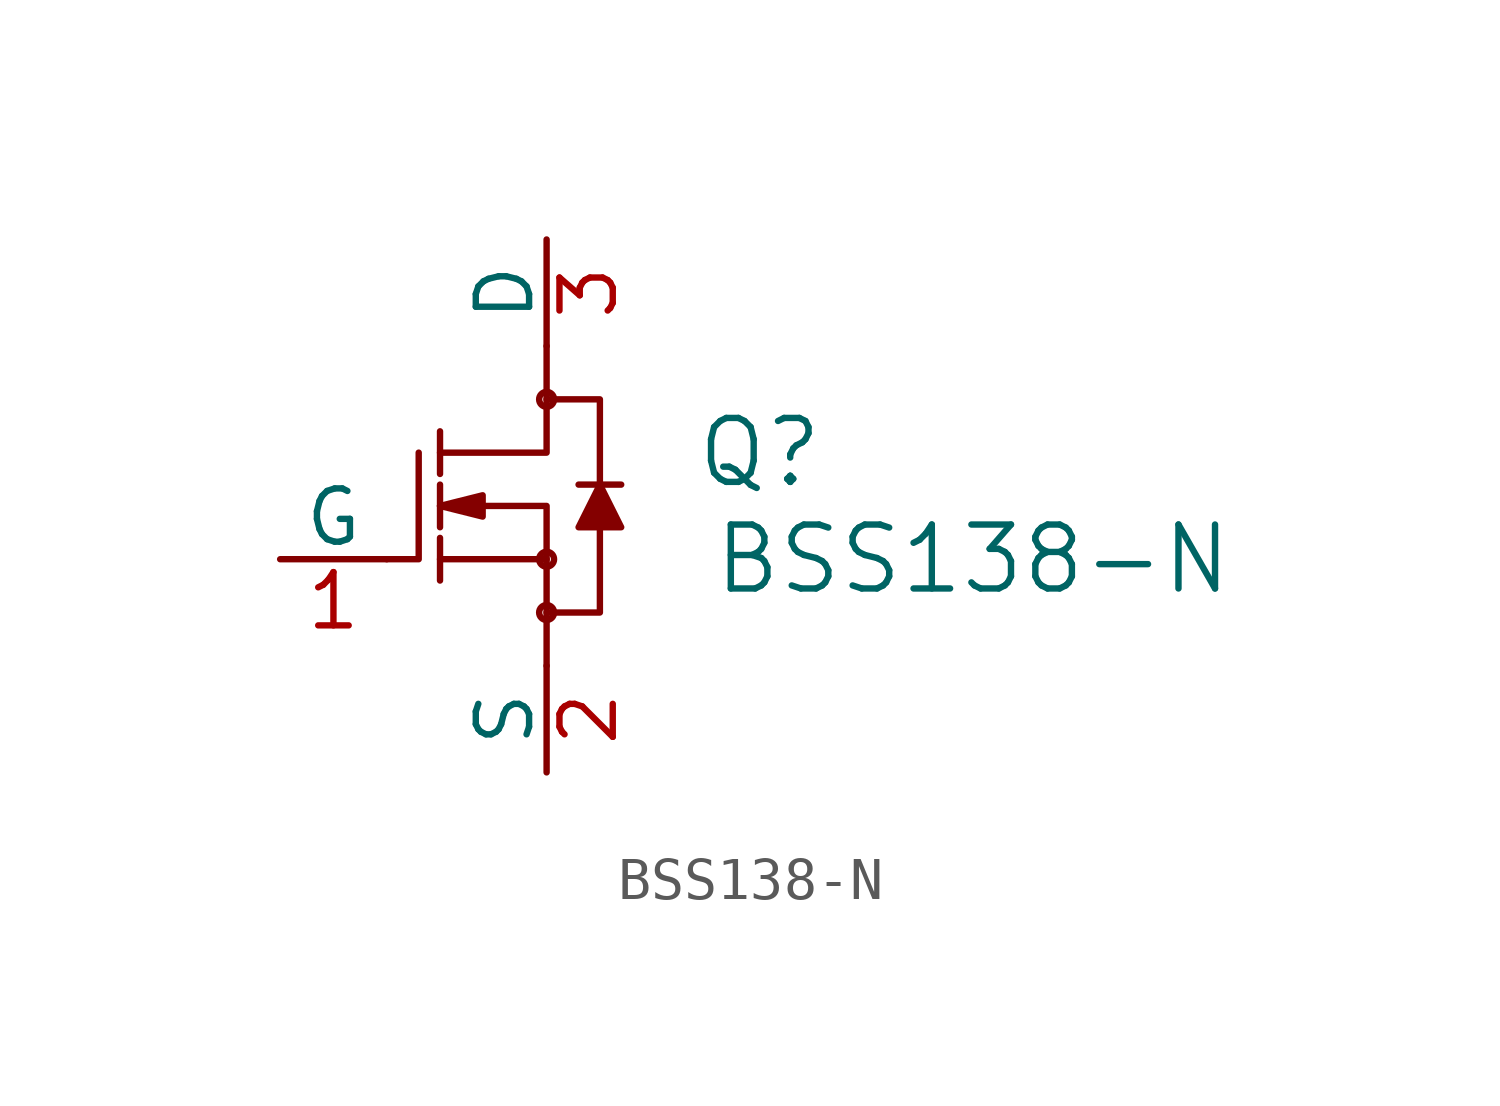
<source format=kicad_sym>
(kicad_symbol_lib
  (version 20211014)
  (generator kicad_symbol_editor)
  (symbol "BSS138-N"
    (pin_names
      (offset 0))
    (property "Reference" "Q"
      (at 5.08 1.27 0)
      (effects (font (size 1.524 1.524))))
    (property "Value" "BSS138-N"
      (at 10.16 -1.27 0)
      (effects (font (size 1.524 1.524))))
    (property "Footprint" ""
      (at 0 0 0)
      (effects (font (size 1.524 1.524))))
    (property "Datasheet" ""
      (at 0 0 0)
      (effects (font (size 1.524 1.524))))
    (symbol "BSS138-N_0_1"
      (circle (center 0 -2.54) (radius 0.178) (stroke (width 0) (type default) (color 0 0 0 0)) (fill (type none)))
      (circle (center 0 -1.27) (radius 0.178) (stroke (width 0) (type default) (color 0 0 0 0)) (fill (type none)))
      (polyline (pts (xy -2.54 -0.762) (xy -2.54 -1.778)) (stroke (width 0) (type default) (color 0 0 0 0)) (fill (type none)))
      (polyline (pts (xy -2.54 0.508) (xy -2.54 -0.508)) (stroke (width 0) (type default) (color 0 0 0 0)) (fill (type none)))
      (polyline (pts (xy -2.54 1.778) (xy -2.54 0.762)) (stroke (width 0) (type default) (color 0 0 0 0)) (fill (type none)))
      (polyline (pts (xy 0.762 0.508) (xy 1.778 0.508)) (stroke (width 0) (type default) (color 0 0 0 0)) (fill (type none)))
      (polyline (pts (xy -3.81 -1.27) (xy -3.048 -1.27) (xy -3.048 1.27)) (stroke (width 0) (type default) (color 0 0 0 0)) (fill (type none)))
      (polyline (pts (xy -2.54 -1.27) (xy 0 -1.27) (xy 0 -3.81)) (stroke (width 0) (type default) (color 0 0 0 0)) (fill (type none)))
      (polyline (pts (xy -2.54 0) (xy 0 0) (xy 0 -1.27)) (stroke (width 0) (type default) (color 0 0 0 0)) (fill (type none)))
      (polyline (pts (xy 0 3.81) (xy 0 1.27) (xy -2.54 1.27)) (stroke (width 0) (type default) (color 0 0 0 0)) (fill (type none)))
      (polyline (pts (xy -2.54 0) (xy -1.524 0.254) (xy -1.524 -0.254) (xy -2.54 0)) (stroke (width 0) (type default) (color 0 0 0 0)) (fill (type outline)))
      (polyline (pts (xy 0 2.54) (xy 1.27 2.54) (xy 1.27 -2.54) (xy 0 -2.54)) (stroke (width 0) (type default) (color 0 0 0 0)) (fill (type none)))
      (polyline (pts (xy 0.762 -0.508) (xy 1.778 -0.508) (xy 1.27 0.508) (xy 0.762 -0.508)) (stroke (width 0) (type default) (color 0 0 0 0)) (fill (type outline)))
      (circle (center 0 2.54) (radius 0.178) (stroke (width 0) (type default) (color 0 0 0 0)) (fill (type none))))
    (symbol "BSS138-N_1_1"
      (pin unspecified line (at -6.35 -1.27 0) (length 2.54) (name "G" (effects (font (size 1.27 1.27)))) (number "1" (effects (font (size 1.27 1.27)))))
      (pin unspecified line (at 0 -6.35 90) (length 2.54) (name "S" (effects (font (size 1.27 1.27)))) (number "2" (effects (font (size 1.27 1.27)))))
      (pin unspecified line (at 0 6.35 270) (length 2.54) (name "D" (effects (font (size 1.27 1.27)))) (number "3" (effects (font (size 1.27 1.27))))))))
</source>
